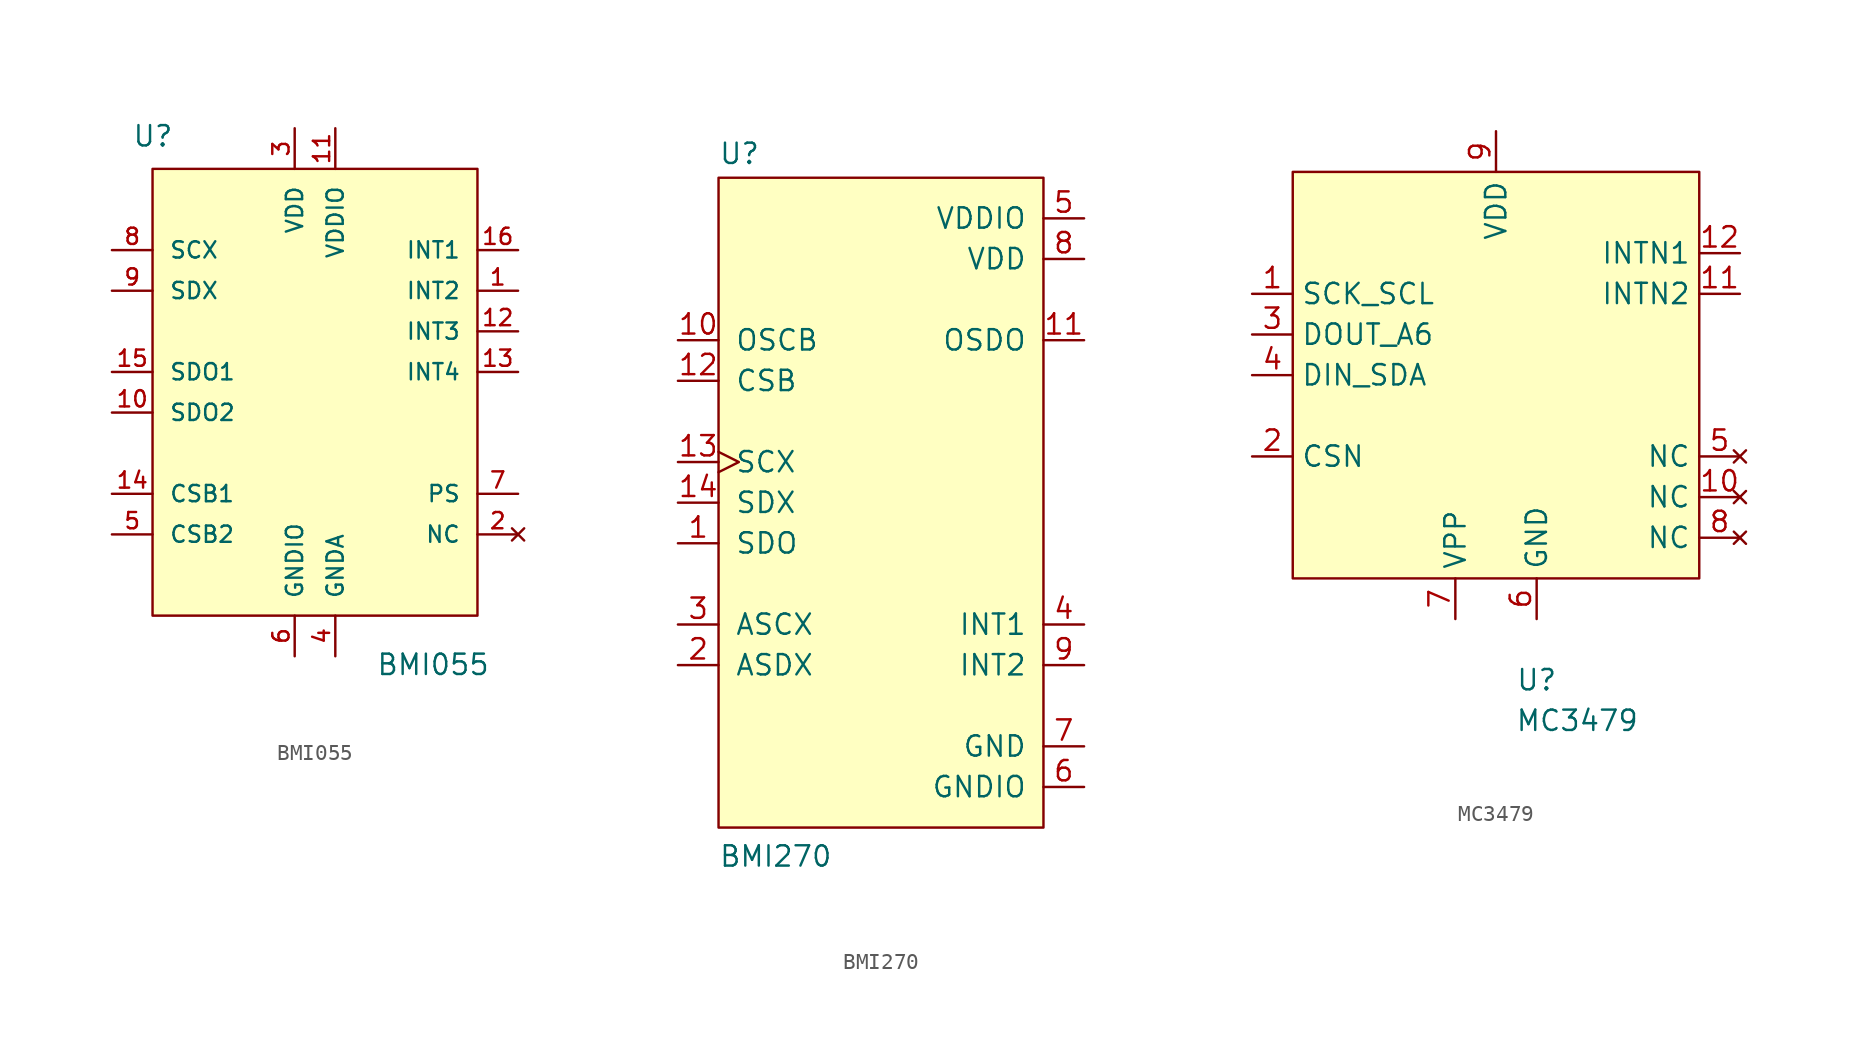
<source format=kicad_sym>
(kicad_symbol_lib
  (version 20220914)
  (generator kicad_symbol_editor)
  (symbol "BMI055"
    (pin_names
      (offset 1.016))
    (property "Reference" "U"
      (at -11.445 15.275 0)
      (effects (font (size 1.27 1.27)) (justify left bottom)))
    (property "Value" "BMI055"
      (at 3.81 -17.78 0)
      (effects (font (size 1.27 1.27)) (justify left bottom)))
    (symbol "BMI055_0_0"
      (rectangle (start -10.16 13.97) (end 10.16 -13.97) (stroke (width 0) (type default)) (fill (type background)))
      (pin output line (at 12.7 6.35 180) (length 2.54) (name "INT2" (effects (font (size 1.016 1.016)))) (number "1" (effects (font (size 1.016 1.016)))))
      (pin output line (at -12.7 -1.27 0) (length 2.54) (name "SDO2" (effects (font (size 1.016 1.016)))) (number "10" (effects (font (size 1.016 1.016)))))
      (pin power_in line (at 1.27 16.51 270) (length 2.54) (name "VDDIO" (effects (font (size 1.016 1.016)))) (number "11" (effects (font (size 1.016 1.016)))))
      (pin bidirectional line (at 12.7 3.81 180) (length 2.54) (name "INT3" (effects (font (size 1.016 1.016)))) (number "12" (effects (font (size 1.016 1.016)))))
      (pin bidirectional line (at 12.7 1.27 180) (length 2.54) (name "INT4" (effects (font (size 1.016 1.016)))) (number "13" (effects (font (size 1.016 1.016)))))
      (pin input line (at -12.7 -6.35 0) (length 2.54) (name "CSB1" (effects (font (size 1.016 1.016)))) (number "14" (effects (font (size 1.016 1.016)))))
      (pin output line (at -12.7 1.27 0) (length 2.54) (name "SDO1" (effects (font (size 1.016 1.016)))) (number "15" (effects (font (size 1.016 1.016)))))
      (pin output line (at 12.7 8.89 180) (length 2.54) (name "INT1" (effects (font (size 1.016 1.016)))) (number "16" (effects (font (size 1.016 1.016)))))
      (pin no_connect line (at 12.7 -8.89 180) (length 2.54) (name "NC" (effects (font (size 1.016 1.016)))) (number "2" (effects (font (size 1.016 1.016)))))
      (pin power_in line (at -1.27 16.51 270) (length 2.54) (name "VDD" (effects (font (size 1.016 1.016)))) (number "3" (effects (font (size 1.016 1.016)))))
      (pin passive line (at 1.27 -16.51 90) (length 2.54) (name "GNDA" (effects (font (size 1.016 1.016)))) (number "4" (effects (font (size 1.016 1.016)))))
      (pin input line (at -12.7 -8.89 0) (length 2.54) (name "CSB2" (effects (font (size 1.016 1.016)))) (number "5" (effects (font (size 1.016 1.016)))))
      (pin passive line (at -1.27 -16.51 90) (length 2.54) (name "GNDIO" (effects (font (size 1.016 1.016)))) (number "6" (effects (font (size 1.016 1.016)))))
      (pin input line (at 12.7 -6.35 180) (length 2.54) (name "PS" (effects (font (size 1.016 1.016)))) (number "7" (effects (font (size 1.016 1.016)))))
      (pin input line (at -12.7 8.89 0) (length 2.54) (name "SCX" (effects (font (size 1.016 1.016)))) (number "8" (effects (font (size 1.016 1.016)))))
      (pin bidirectional line (at -12.7 6.35 0) (length 2.54) (name "SDX" (effects (font (size 1.016 1.016)))) (number "9" (effects (font (size 1.016 1.016)))))))
  (symbol "BMI270"
    (pin_names
      (offset 1.016))
    (property "Reference" "U"
      (at -10.16 21.082 0)
      (effects (font (size 1.27 1.27)) (justify left bottom)))
    (property "Value" "BMI270"
      (at -10.16 -22.86 0)
      (effects (font (size 1.27 1.27)) (justify left bottom)))
    (symbol "BMI270_1_0"
      (rectangle (start -10.16 20.32) (end 10.16 -20.32) (stroke (width 0) (type default)) (fill (type background)))
      (pin bidirectional line (at -12.7 -2.54 0) (length 2.54) (name "SDO" (effects (font (size 1.27 1.27)))) (number "1" (effects (font (size 1.27 1.27)))))
      (pin input line (at -12.7 10.16 0) (length 2.54) (name "OSCB" (effects (font (size 1.27 1.27)))) (number "10" (effects (font (size 1.27 1.27)))))
      (pin output line (at 12.7 10.16 180) (length 2.54) (name "OSDO" (effects (font (size 1.27 1.27)))) (number "11" (effects (font (size 1.27 1.27)))))
      (pin input line (at -12.7 7.62 0) (length 2.54) (name "CSB" (effects (font (size 1.27 1.27)))) (number "12" (effects (font (size 1.27 1.27)))))
      (pin input clock (at -12.7 2.54 0) (length 2.54) (name "SCX" (effects (font (size 1.27 1.27)))) (number "13" (effects (font (size 1.27 1.27)))))
      (pin bidirectional line (at -12.7 0 0) (length 2.54) (name "SDX" (effects (font (size 1.27 1.27)))) (number "14" (effects (font (size 1.27 1.27)))))
      (pin bidirectional line (at -12.7 -10.16 0) (length 2.54) (name "ASDX" (effects (font (size 1.27 1.27)))) (number "2" (effects (font (size 1.27 1.27)))))
      (pin bidirectional line (at -12.7 -7.62 0) (length 2.54) (name "ASCX" (effects (font (size 1.27 1.27)))) (number "3" (effects (font (size 1.27 1.27)))))
      (pin bidirectional line (at 12.7 -7.62 180) (length 2.54) (name "INT1" (effects (font (size 1.27 1.27)))) (number "4" (effects (font (size 1.27 1.27)))))
      (pin power_in line (at 12.7 17.78 180) (length 2.54) (name "VDDIO" (effects (font (size 1.27 1.27)))) (number "5" (effects (font (size 1.27 1.27)))))
      (pin power_in line (at 12.7 -17.78 180) (length 2.54) (name "GNDIO" (effects (font (size 1.27 1.27)))) (number "6" (effects (font (size 1.27 1.27)))))
      (pin power_in line (at 12.7 -15.24 180) (length 2.54) (name "GND" (effects (font (size 1.27 1.27)))) (number "7" (effects (font (size 1.27 1.27)))))
      (pin power_in line (at 12.7 15.24 180) (length 2.54) (name "VDD" (effects (font (size 1.27 1.27)))) (number "8" (effects (font (size 1.27 1.27)))))
      (pin bidirectional line (at 12.7 -10.16 180) (length 2.54) (name "INT2" (effects (font (size 1.27 1.27)))) (number "9" (effects (font (size 1.27 1.27)))))))
  (symbol "MC3479"
    (property "Reference" "U"
      (at 2.54 -19.05 0)
      (effects (font (size 1.27 1.27))))
    (property "Value" "MC3479"
      (at 5.08 -21.59 0)
      (effects (font (size 1.27 1.27))))
    (symbol "MC3479_0_1"
      (rectangle (start -12.7 12.7) (end 12.7 -12.7) (stroke (width 0) (type default)) (fill (type background))))
    (symbol "MC3479_1_1"
      (pin bidirectional line (at -15.24 5.08 0) (length 2.54) (name "SCK_SCL" (effects (font (size 1.27 1.27)))) (number "1" (effects (font (size 1.27 1.27)))))
      (pin no_connect line (at 15.24 -7.62 180) (length 2.54) (name "NC" (effects (font (size 1.27 1.27)))) (number "10" (effects (font (size 1.27 1.27)))))
      (pin output line (at 15.24 5.08 180) (length 2.54) (name "INTN2" (effects (font (size 1.27 1.27)))) (number "11" (effects (font (size 1.27 1.27)))))
      (pin output line (at 15.24 7.62 180) (length 2.54) (name "INTN1" (effects (font (size 1.27 1.27)))) (number "12" (effects (font (size 1.27 1.27)))))
      (pin bidirectional line (at -15.24 -5.08 0) (length 2.54) (name "CSN" (effects (font (size 1.27 1.27)))) (number "2" (effects (font (size 1.27 1.27)))))
      (pin output line (at -15.24 2.54 0) (length 2.54) (name "DOUT_A6" (effects (font (size 1.27 1.27)))) (number "3" (effects (font (size 1.27 1.27)))))
      (pin input line (at -15.24 0 0) (length 2.54) (name "DIN_SDA" (effects (font (size 1.27 1.27)))) (number "4" (effects (font (size 1.27 1.27)))))
      (pin no_connect line (at 15.24 -5.08 180) (length 2.54) (name "NC" (effects (font (size 1.27 1.27)))) (number "5" (effects (font (size 1.27 1.27)))))
      (pin power_in line (at 2.54 -15.24 90) (length 2.54) (name "GND" (effects (font (size 1.27 1.27)))) (number "6" (effects (font (size 1.27 1.27)))))
      (pin power_in line (at -2.54 -15.24 90) (length 2.54) (name "VPP" (effects (font (size 1.27 1.27)))) (number "7" (effects (font (size 1.27 1.27)))))
      (pin no_connect line (at 15.24 -10.16 180) (length 2.54) (name "NC" (effects (font (size 1.27 1.27)))) (number "8" (effects (font (size 1.27 1.27)))))
      (pin power_in line (at 0 15.24 270) (length 2.54) (name "VDD" (effects (font (size 1.27 1.27)))) (number "9" (effects (font (size 1.27 1.27))))))))
</source>
